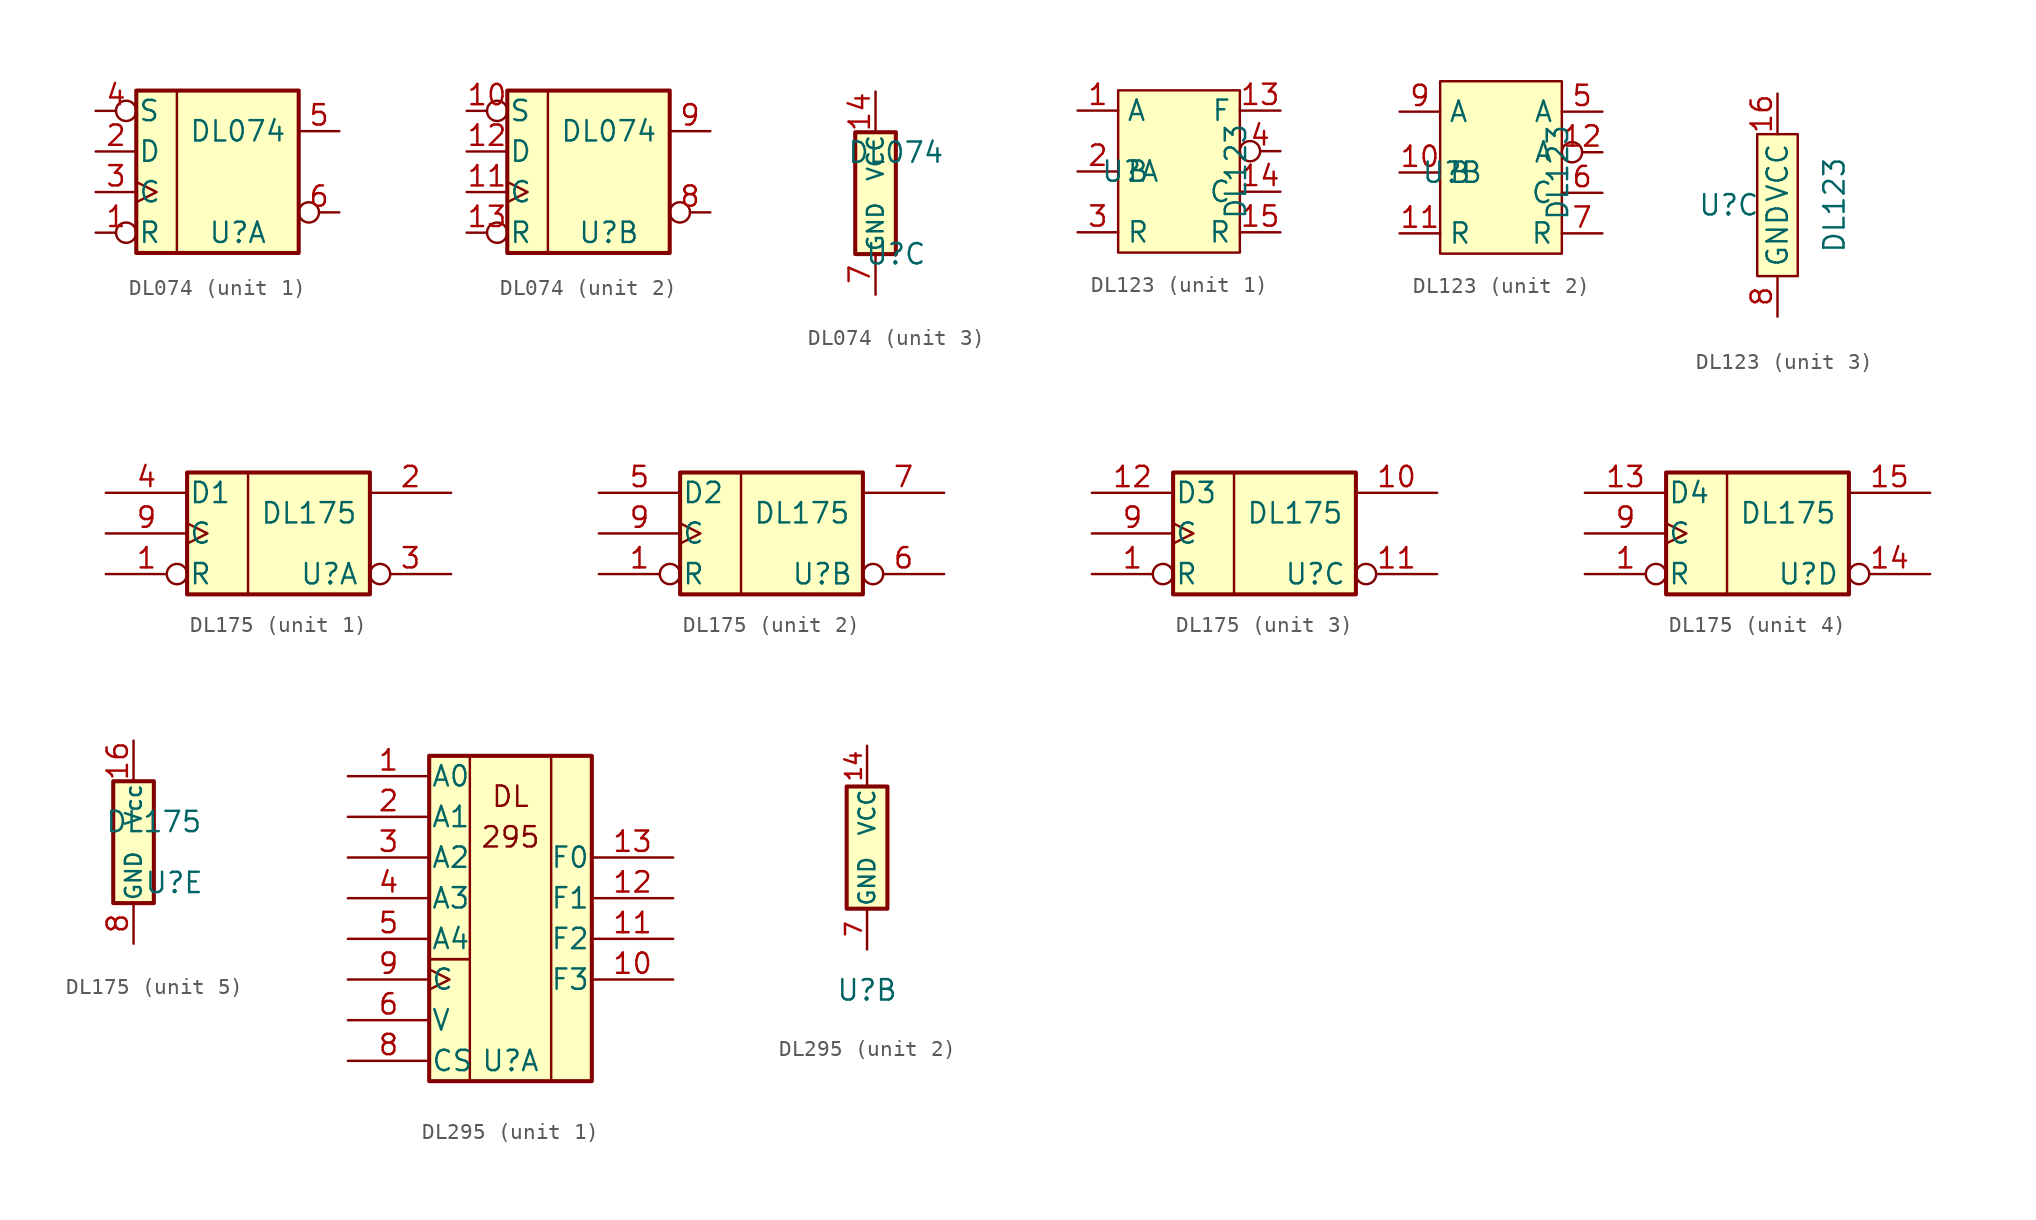
<source format=kicad_sym>
(kicad_symbol_lib
  (version 20241209)
  (generator "kicad_symbol_editor")
  (generator_version "9.0")
  (symbol "DL074"
    (pin_names
      (offset 0.102))
    (property "Reference" "U"
      (at 1.27 -3.81 0)
      (effects (font (size 1.27 1.27))))
    (property "Value" "DL074"
      (at 1.27 2.54 0)
      (effects (font (size 1.27 1.27))))
    (property "ki_locked" ""
      (at 0 0 0)
      (effects (font (size 1.27 1.27))))
    (symbol "DL074_1_0"
      (pin input inverted (at -7.62 3.81 0) (length 2.54) (name "S" (effects (font (size 1.27 1.27)))) (number "4" (effects (font (size 1.27 1.27)))))
      (pin input line (at -7.62 1.27 0) (length 2.54) (name "D" (effects (font (size 1.27 1.27)))) (number "2" (effects (font (size 1.27 1.27)))))
      (pin input clock (at -7.62 -1.27 0) (length 2.54) (name "C" (effects (font (size 1.27 1.27)))) (number "3" (effects (font (size 1.27 1.27)))))
      (pin input inverted (at -7.62 -3.81 0) (length 2.54) (name "R" (effects (font (size 1.27 1.27)))) (number "1" (effects (font (size 1.27 1.27)))))
      (pin output line (at 7.62 2.54 180) (length 2.54) (name "~" (effects (font (size 1.27 1.27)))) (number "5" (effects (font (size 1.27 1.27)))))
      (pin output inverted (at 7.62 -2.54 180) (length 2.54) (name "~" (effects (font (size 1.27 1.27)))) (number "6" (effects (font (size 1.27 1.27))))))
    (symbol "DL074_1_1"
      (rectangle (start -5.08 5.08) (end 5.08 -5.08) (stroke (width 0.254) (type default)) (fill (type background)))
      (rectangle (start -2.54 5.08) (end -2.54 -5.08) (stroke (width 0) (type default)) (fill (type none))))
    (symbol "DL074_2_0"
      (pin input inverted (at -7.62 3.81 0) (length 2.54) (name "S" (effects (font (size 1.27 1.27)))) (number "10" (effects (font (size 1.27 1.27)))))
      (pin input line (at -7.62 1.27 0) (length 2.54) (name "D" (effects (font (size 1.27 1.27)))) (number "12" (effects (font (size 1.27 1.27)))))
      (pin input clock (at -7.62 -1.27 0) (length 2.54) (name "C" (effects (font (size 1.27 1.27)))) (number "11" (effects (font (size 1.27 1.27)))))
      (pin input inverted (at -7.62 -3.81 0) (length 2.54) (name "R" (effects (font (size 1.27 1.27)))) (number "13" (effects (font (size 1.27 1.27)))))
      (pin output line (at 7.62 2.54 180) (length 2.54) (name "~" (effects (font (size 1.27 1.27)))) (number "9" (effects (font (size 1.27 1.27)))))
      (pin output inverted (at 7.62 -2.54 180) (length 2.54) (name "~" (effects (font (size 1.27 1.27)))) (number "8" (effects (font (size 1.27 1.27))))))
    (symbol "DL074_2_1"
      (rectangle (start -5.08 5.08) (end 5.08 -5.08) (stroke (width 0.254) (type default)) (fill (type background)))
      (rectangle (start -2.54 5.08) (end -2.54 -5.08) (stroke (width 0) (type default)) (fill (type none))))
    (symbol "DL074_3_0"
      (pin power_in line (at 0 6.35 270) (length 2.54) (name "VCC" (effects (font (size 0.991 0.991)))) (number "14" (effects (font (size 1.27 1.27)))))
      (pin power_in line (at 0 -6.35 90) (length 2.54) (name "GND" (effects (font (size 0.991 0.991)))) (number "7" (effects (font (size 1.27 1.27))))))
    (symbol "DL074_3_1"
      (rectangle (start -1.27 3.81) (end 1.27 -3.81) (stroke (width 0.254) (type default)) (fill (type background)))))
  (symbol "DL123"
    (property "Reference" "U"
      (at -3.048 0 0)
      (effects (font (size 1.27 1.27))))
    (property "Value" "DL123"
      (at 3.556 0 90)
      (effects (font (size 1.27 1.27))))
    (property "ki_locked" ""
      (at 0 0 0)
      (effects (font (size 1.27 1.27))))
    (symbol "DL123_1_1"
      (rectangle (start -3.81 5.08) (end 3.81 -5.08) (stroke (width 0) (type solid)) (fill (type background)))
      (pin input line (at -6.35 3.81 0) (length 2.54) (name "A" (effects (font (size 1.27 1.27)))) (number "1" (effects (font (size 1.27 1.27)))))
      (pin input line (at -6.35 0 0) (length 2.54) (name "B" (effects (font (size 1.27 1.27)))) (number "2" (effects (font (size 1.27 1.27)))))
      (pin input line (at -6.35 -3.81 0) (length 2.54) (name "R" (effects (font (size 1.27 1.27)))) (number "3" (effects (font (size 1.27 1.27)))))
      (pin output line (at 6.35 3.81 180) (length 2.54) (name "F" (effects (font (size 1.27 1.27)))) (number "13" (effects (font (size 1.27 1.27)))))
      (pin output inverted (at 6.35 1.27 180) (length 2.54) (name "" (effects (font (size 1.27 1.27)))) (number "4" (effects (font (size 1.27 1.27)))))
      (pin input line (at 6.35 -1.27 180) (length 2.54) (name "C" (effects (font (size 1.27 1.27)))) (number "14" (effects (font (size 1.27 1.27)))))
      (pin input line (at 6.35 -3.81 180) (length 2.54) (name "R" (effects (font (size 1.27 1.27)))) (number "15" (effects (font (size 1.27 1.27))))))
    (symbol "DL123_2_1"
      (rectangle (start -3.81 5.715) (end 3.81 -5.08) (stroke (width 0) (type solid)) (fill (type background)))
      (pin input line (at -6.35 3.81 0) (length 2.54) (name "A" (effects (font (size 1.27 1.27)))) (number "9" (effects (font (size 1.27 1.27)))))
      (pin input line (at -6.35 0 0) (length 2.54) (name "B" (effects (font (size 1.27 1.27)))) (number "10" (effects (font (size 1.27 1.27)))))
      (pin input line (at -6.35 -3.81 0) (length 2.54) (name "R" (effects (font (size 1.27 1.27)))) (number "11" (effects (font (size 1.27 1.27)))))
      (pin output line (at 6.35 3.81 180) (length 2.54) (name "A" (effects (font (size 1.27 1.27)))) (number "5" (effects (font (size 1.27 1.27)))))
      (pin output inverted (at 6.35 1.27 180) (length 2.54) (name "A" (effects (font (size 1.27 1.27)))) (number "12" (effects (font (size 1.27 1.27)))))
      (pin input line (at 6.35 -1.27 180) (length 2.54) (name "C" (effects (font (size 1.27 1.27)))) (number "6" (effects (font (size 1.27 1.27)))))
      (pin input line (at 6.35 -3.81 180) (length 2.54) (name "R" (effects (font (size 1.27 1.27)))) (number "7" (effects (font (size 1.27 1.27))))))
    (symbol "DL123_3_1"
      (rectangle (start -1.27 4.445) (end 1.27 -4.445) (stroke (width 0) (type default)) (fill (type background)))
      (pin power_in line (at 0 6.985 270) (length 2.54) (name "VCC" (effects (font (size 1.27 1.27)))) (number "16" (effects (font (size 1.27 1.27)))))
      (pin power_in line (at 0 -6.985 90) (length 2.54) (name "GND" (effects (font (size 1.27 1.27)))) (number "8" (effects (font (size 1.27 1.27)))))))
  (symbol "DL175"
    (pin_names
      (offset 0.102))
    (property "Reference" "U"
      (at 2.54 -2.54 0)
      (effects (font (size 1.27 1.27))))
    (property "Value" "DL175"
      (at 1.27 1.27 0)
      (effects (font (size 1.27 1.27))))
    (property "ki_locked" ""
      (at 0 0 0)
      (effects (font (size 1.27 1.27))))
    (symbol "DL175_1_0"
      (pin input line (at -11.43 2.54 0) (length 5.08) (name "D1" (effects (font (size 1.27 1.27)))) (number "4" (effects (font (size 1.27 1.27)))))
      (pin input clock (at -11.43 0 0) (length 5.08) (name "C" (effects (font (size 1.27 1.27)))) (number "9" (effects (font (size 1.27 1.27)))))
      (pin input inverted (at -11.43 -2.54 0) (length 5.08) (name "R" (effects (font (size 1.27 1.27)))) (number "1" (effects (font (size 1.27 1.27)))))
      (pin output line (at 10.16 2.54 180) (length 5.08) (name "~" (effects (font (size 1.27 1.27)))) (number "2" (effects (font (size 1.27 1.27)))))
      (pin output inverted (at 10.16 -2.54 180) (length 5.08) (name "~" (effects (font (size 1.27 1.27)))) (number "3" (effects (font (size 1.27 1.27))))))
    (symbol "DL175_1_1"
      (rectangle (start -6.35 3.81) (end 5.08 -3.81) (stroke (width 0.254) (type default)) (fill (type background)))
      (rectangle (start -2.54 3.81) (end -2.54 -3.81) (stroke (width 0) (type default)) (fill (type none))))
    (symbol "DL175_2_0"
      (pin input line (at -11.43 2.54 0) (length 5.08) (name "D2" (effects (font (size 1.27 1.27)))) (number "5" (effects (font (size 1.27 1.27)))))
      (pin input clock (at -11.43 0 0) (length 5.08) (name "C" (effects (font (size 1.27 1.27)))) (number "9" (effects (font (size 1.27 1.27)))))
      (pin input inverted (at -11.43 -2.54 0) (length 5.08) (name "R" (effects (font (size 1.27 1.27)))) (number "1" (effects (font (size 1.27 1.27)))))
      (pin output line (at 10.16 2.54 180) (length 5.08) (name "~" (effects (font (size 1.27 1.27)))) (number "7" (effects (font (size 1.27 1.27)))))
      (pin output inverted (at 10.16 -2.54 180) (length 5.08) (name "~" (effects (font (size 1.27 1.27)))) (number "6" (effects (font (size 1.27 1.27))))))
    (symbol "DL175_2_1"
      (rectangle (start -6.35 3.81) (end 5.08 -3.81) (stroke (width 0.254) (type default)) (fill (type background)))
      (rectangle (start -2.54 3.81) (end -2.54 -3.81) (stroke (width 0) (type default)) (fill (type none))))
    (symbol "DL175_3_0"
      (pin input line (at -11.43 2.54 0) (length 5.08) (name "D3" (effects (font (size 1.27 1.27)))) (number "12" (effects (font (size 1.27 1.27)))))
      (pin input clock (at -11.43 0 0) (length 5.08) (name "C" (effects (font (size 1.27 1.27)))) (number "9" (effects (font (size 1.27 1.27)))))
      (pin input inverted (at -11.43 -2.54 0) (length 5.08) (name "R" (effects (font (size 1.27 1.27)))) (number "1" (effects (font (size 1.27 1.27)))))
      (pin output line (at 10.16 2.54 180) (length 5.08) (name "~" (effects (font (size 1.27 1.27)))) (number "10" (effects (font (size 1.27 1.27)))))
      (pin output inverted (at 10.16 -2.54 180) (length 5.08) (name "~" (effects (font (size 1.27 1.27)))) (number "11" (effects (font (size 1.27 1.27))))))
    (symbol "DL175_3_1"
      (rectangle (start -6.35 3.81) (end 5.08 -3.81) (stroke (width 0.254) (type default)) (fill (type background)))
      (rectangle (start -2.54 3.81) (end -2.54 -3.81) (stroke (width 0) (type default)) (fill (type none))))
    (symbol "DL175_4_0"
      (pin input line (at -11.43 2.54 0) (length 5.08) (name "D4" (effects (font (size 1.27 1.27)))) (number "13" (effects (font (size 1.27 1.27)))))
      (pin input clock (at -11.43 0 0) (length 5.08) (name "C" (effects (font (size 1.27 1.27)))) (number "9" (effects (font (size 1.27 1.27)))))
      (pin input inverted (at -11.43 -2.54 0) (length 5.08) (name "R" (effects (font (size 1.27 1.27)))) (number "1" (effects (font (size 1.27 1.27)))))
      (pin output line (at 10.16 2.54 180) (length 5.08) (name "~" (effects (font (size 1.27 1.27)))) (number "15" (effects (font (size 1.27 1.27)))))
      (pin output inverted (at 10.16 -2.54 180) (length 5.08) (name "~" (effects (font (size 1.27 1.27)))) (number "14" (effects (font (size 1.27 1.27))))))
    (symbol "DL175_4_1"
      (rectangle (start -6.35 3.81) (end 5.08 -3.81) (stroke (width 0.254) (type default)) (fill (type background)))
      (rectangle (start -2.54 3.81) (end -2.54 -3.81) (stroke (width 0) (type default)) (fill (type none))))
    (symbol "DL175_5_0"
      (pin power_in line (at 0 6.35 270) (length 2.54) (name "Vcc" (effects (font (size 0.991 0.991)))) (number "16" (effects (font (size 1.27 1.27)))))
      (pin power_in line (at 0 -6.35 90) (length 2.54) (name "GND" (effects (font (size 0.991 0.991)))) (number "8" (effects (font (size 1.27 1.27))))))
    (symbol "DL175_5_1"
      (rectangle (start -1.27 3.81) (end 1.27 -3.81) (stroke (width 0.254) (type default)) (fill (type background)))))
  (symbol "DL295"
    (pin_names
      (offset 0.102))
    (property "Reference" "U"
      (at 0 -8.89 0)
      (effects (font (size 1.27 1.27))))
    (property "ki_locked" ""
      (at 0 0 0)
      (effects (font (size 1.27 1.27))))
    (symbol "DL295_1_0"
      (text "DL" (at 0 7.62 0) (effects (font (size 1.27 1.27))))
      (text "295" (at 0 5.08 0) (effects (font (size 1.27 1.27))))
      (pin input line (at -10.16 8.89 0) (length 5.08) (name "A0" (effects (font (size 1.27 1.27)))) (number "1" (effects (font (size 1.27 1.27)))))
      (pin input line (at -10.16 6.35 0) (length 5.08) (name "A1" (effects (font (size 1.27 1.27)))) (number "2" (effects (font (size 1.27 1.27)))))
      (pin input line (at -10.16 3.81 0) (length 5.08) (name "A2" (effects (font (size 1.27 1.27)))) (number "3" (effects (font (size 1.27 1.27)))))
      (pin input line (at -10.16 1.27 0) (length 5.08) (name "A3" (effects (font (size 1.27 1.27)))) (number "4" (effects (font (size 1.27 1.27)))))
      (pin input line (at -10.16 -1.27 0) (length 5.08) (name "A4" (effects (font (size 1.27 1.27)))) (number "5" (effects (font (size 1.27 1.27)))))
      (pin input clock (at -10.16 -3.81 0) (length 5.08) (name "C" (effects (font (size 1.27 1.27)))) (number "9" (effects (font (size 1.27 1.27)))))
      (pin input line (at -10.16 -6.35 0) (length 5.08) (name "V" (effects (font (size 1.27 1.27)))) (number "6" (effects (font (size 1.27 1.27)))))
      (pin input line (at -10.16 -8.89 0) (length 5.08) (name "CS" (effects (font (size 1.27 1.27)))) (number "8" (effects (font (size 1.27 1.27)))))
      (pin tri_state line (at 10.16 3.81 180) (length 5.08) (name "F0" (effects (font (size 1.27 1.27)))) (number "13" (effects (font (size 1.27 1.27)))))
      (pin tri_state line (at 10.16 1.27 180) (length 5.08) (name "F1" (effects (font (size 1.27 1.27)))) (number "12" (effects (font (size 1.27 1.27)))))
      (pin tri_state line (at 10.16 -1.27 180) (length 5.08) (name "F2" (effects (font (size 1.27 1.27)))) (number "11" (effects (font (size 1.27 1.27)))))
      (pin tri_state line (at 10.16 -3.81 180) (length 5.08) (name "F3" (effects (font (size 1.27 1.27)))) (number "10" (effects (font (size 1.27 1.27))))))
    (symbol "DL295_1_1"
      (rectangle (start -5.08 10.16) (end -2.54 -2.54) (stroke (width 0) (type default)) (fill (type none)))
      (rectangle (start -5.08 10.16) (end 5.08 -10.16) (stroke (width 0.254) (type default)) (fill (type background)))
      (rectangle (start -5.08 -10.16) (end -2.54 -2.54) (stroke (width 0) (type default)) (fill (type none)))
      (rectangle (start 2.54 10.16) (end 2.54 -10.16) (stroke (width 0) (type default)) (fill (type none))))
    (symbol "DL295_2_0"
      (pin power_in line (at 0 6.35 270) (length 2.54) (name "VCC" (effects (font (size 0.991 0.991)))) (number "14" (effects (font (size 0.991 0.991)))))
      (pin power_in line (at 0 -6.35 90) (length 2.54) (name "GND" (effects (font (size 0.991 0.991)))) (number "7" (effects (font (size 0.991 0.991))))))
    (symbol "DL295_2_1"
      (rectangle (start -1.27 3.81) (end 1.27 -3.81) (stroke (width 0.254) (type default)) (fill (type background))))))
</source>
